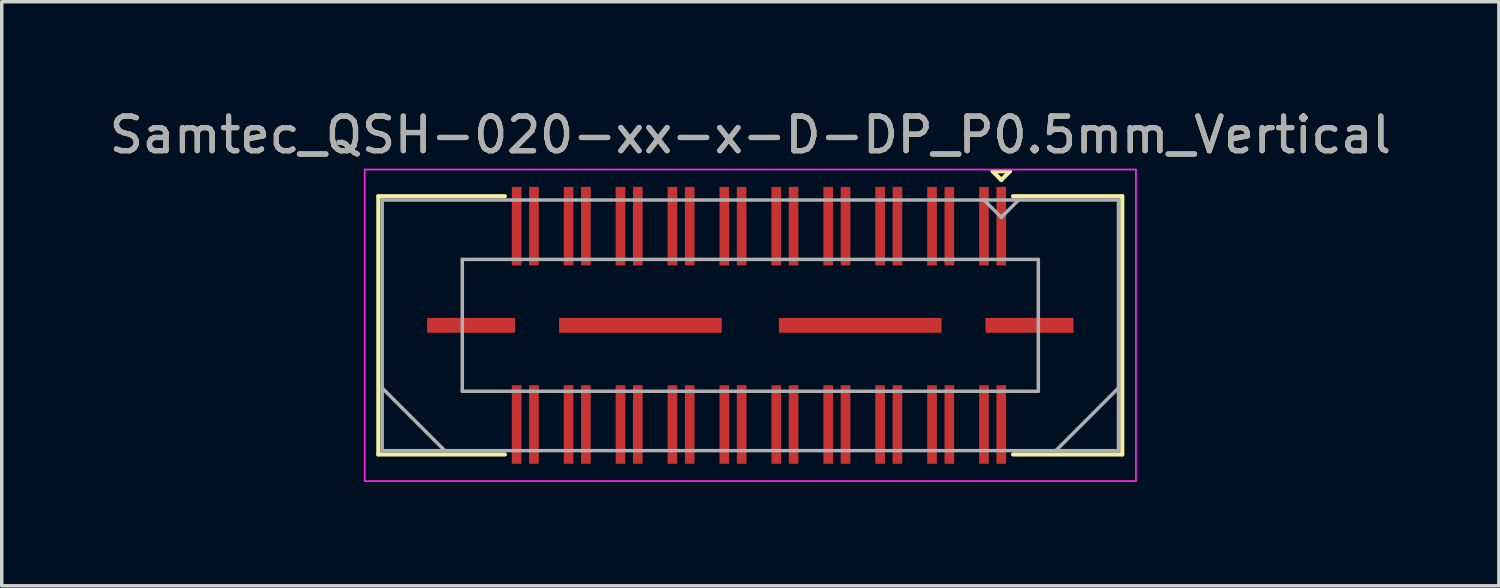
<source format=kicad_pcb>
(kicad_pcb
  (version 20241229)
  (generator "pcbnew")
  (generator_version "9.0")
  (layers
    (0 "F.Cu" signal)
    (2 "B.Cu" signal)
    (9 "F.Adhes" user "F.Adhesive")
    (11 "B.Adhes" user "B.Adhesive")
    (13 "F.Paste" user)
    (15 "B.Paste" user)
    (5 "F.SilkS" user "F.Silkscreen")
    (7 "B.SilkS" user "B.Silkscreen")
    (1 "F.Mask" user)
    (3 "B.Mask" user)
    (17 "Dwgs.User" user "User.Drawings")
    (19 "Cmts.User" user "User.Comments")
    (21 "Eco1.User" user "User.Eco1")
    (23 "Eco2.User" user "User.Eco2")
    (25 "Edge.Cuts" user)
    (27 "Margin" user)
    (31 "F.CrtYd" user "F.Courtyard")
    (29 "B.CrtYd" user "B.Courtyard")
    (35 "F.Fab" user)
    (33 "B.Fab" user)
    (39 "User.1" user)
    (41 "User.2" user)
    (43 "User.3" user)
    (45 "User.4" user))
  (footprint "Samtec_QSH-020-xx-x-D-DP_P0.5mm_Vertical"
    (layer "F.Cu")
    (at 18.625 6.348)
    (property "Reference" "Samtec_QSH-020-xx-x-D-DP_P0.5mm_Vertical" (at 0 -5.5 0) (layer "F.SilkS") (effects (font (size 1 1) (thickness 0.15))))
    (attr smd)
    (fp_line (start -10.745 -3.73) (end -7.09 -3.73) (stroke (width 0.12) (type solid)) (layer "F.SilkS"))
    (fp_line (start -10.745 3.73) (end -10.745 -3.73) (stroke (width 0.12) (type solid)) (layer "F.SilkS"))
    (fp_line (start -7.09 3.73) (end -10.745 3.73) (stroke (width 0.12) (type solid)) (layer "F.SilkS"))
    (fp_line (start 7 -4.45) (end 7.5 -4.45) (stroke (width 0.12) (type solid)) (layer "F.SilkS"))
    (fp_line (start 7.25 -4.2) (end 7 -4.45) (stroke (width 0.12) (type solid)) (layer "F.SilkS"))
    (fp_line (start 7.5 -4.45) (end 7.25 -4.2) (stroke (width 0.12) (type solid)) (layer "F.SilkS"))
    (fp_line (start 7.59 3.73) (end 10.745 3.73) (stroke (width 0.12) (type solid)) (layer "F.SilkS"))
    (fp_line (start 10.745 -3.73) (end 7.59 -3.73) (stroke (width 0.12) (type solid)) (layer "F.SilkS"))
    (fp_line (start 10.745 3.73) (end 10.745 -3.73) (stroke (width 0.12) (type solid)) (layer "F.SilkS"))
    (fp_line (start -11.14 -4.5) (end -11.14 4.5) (stroke (width 0.05) (type solid)) (layer "F.CrtYd"))
    (fp_line (start -11.14 4.5) (end 11.14 4.5) (stroke (width 0.05) (type solid)) (layer "F.CrtYd"))
    (fp_line (start 11.14 -4.5) (end -11.14 -4.5) (stroke (width 0.05) (type solid)) (layer "F.CrtYd"))
    (fp_line (start 11.14 4.5) (end 11.14 -4.5) (stroke (width 0.05) (type solid)) (layer "F.CrtYd"))
    (fp_line (start -10.635 -3.62) (end -10.635 3.62) (stroke (width 0.1) (type solid)) (layer "F.Fab"))
    (fp_line (start -10.635 1.81) (end -8.825 3.62) (stroke (width 0.1) (type solid)) (layer "F.Fab"))
    (fp_line (start -10.635 3.62) (end 10.635 3.62) (stroke (width 0.1) (type solid)) (layer "F.Fab"))
    (fp_line (start -8.32 -1.905) (end -8.32 1.905) (stroke (width 0.1) (type solid)) (layer "F.Fab"))
    (fp_line (start -8.32 1.905) (end 8.32 1.905) (stroke (width 0.1) (type solid)) (layer "F.Fab"))
    (fp_line (start 7.25 -3.12) (end 6.75 -3.62) (stroke (width 0.1) (type solid)) (layer "F.Fab"))
    (fp_line (start 7.75 -3.62) (end 7.25 -3.12) (stroke (width 0.1) (type solid)) (layer "F.Fab"))
    (fp_line (start 8.32 -1.905) (end -8.32 -1.905) (stroke (width 0.1) (type solid)) (layer "F.Fab"))
    (fp_line (start 8.32 1.905) (end 8.32 -1.905) (stroke (width 0.1) (type solid)) (layer "F.Fab"))
    (fp_line (start 10.635 -3.62) (end -10.635 -3.62) (stroke (width 0.1) (type solid)) (layer "F.Fab"))
    (fp_line (start 10.635 1.81) (end 8.825 3.62) (stroke (width 0.1) (type solid)) (layer "F.Fab"))
    (fp_line (start 10.635 3.62) (end 10.635 -3.62) (stroke (width 0.1) (type solid)) (layer "F.Fab"))
    (fp_text user "${REFERENCE}" (at 0 -5.5 0) (layer "F.Fab") (effects (font (size 1 1) (thickness 0.15))))
    (pad "1" smd rect (at 7.25 -2.865) (size 0.279 2.27) (layers "F.Cu" "F.Mask" "F.Paste"))
    (pad "2" smd rect (at 7.25 2.865) (size 0.279 2.27) (layers "F.Cu" "F.Mask" "F.Paste"))
    (pad "3" smd rect (at 6.75 -2.865) (size 0.279 2.27) (layers "F.Cu" "F.Mask" "F.Paste"))
    (pad "4" smd rect (at 6.75 2.865) (size 0.279 2.27) (layers "F.Cu" "F.Mask" "F.Paste"))
    (pad "5" smd rect (at 5.75 -2.865) (size 0.279 2.27) (layers "F.Cu" "F.Mask" "F.Paste"))
    (pad "6" smd rect (at 5.75 2.865) (size 0.279 2.27) (layers "F.Cu" "F.Mask" "F.Paste"))
    (pad "7" smd rect (at 5.25 -2.865) (size 0.279 2.27) (layers "F.Cu" "F.Mask" "F.Paste"))
    (pad "8" smd rect (at 5.25 2.865) (size 0.279 2.27) (layers "F.Cu" "F.Mask" "F.Paste"))
    (pad "9" smd rect (at 4.25 -2.865) (size 0.279 2.27) (layers "F.Cu" "F.Mask" "F.Paste"))
    (pad "10" smd rect (at 4.25 2.865) (size 0.279 2.27) (layers "F.Cu" "F.Mask" "F.Paste"))
    (pad "11" smd rect (at 3.75 -2.865) (size 0.279 2.27) (layers "F.Cu" "F.Mask" "F.Paste"))
    (pad "12" smd rect (at 3.75 2.865) (size 0.279 2.27) (layers "F.Cu" "F.Mask" "F.Paste"))
    (pad "13" smd rect (at 2.75 -2.865) (size 0.279 2.27) (layers "F.Cu" "F.Mask" "F.Paste"))
    (pad "14" smd rect (at 2.75 2.865) (size 0.279 2.27) (layers "F.Cu" "F.Mask" "F.Paste"))
    (pad "15" smd rect (at 2.25 -2.865) (size 0.279 2.27) (layers "F.Cu" "F.Mask" "F.Paste"))
    (pad "16" smd rect (at 2.25 2.865) (size 0.279 2.27) (layers "F.Cu" "F.Mask" "F.Paste"))
    (pad "17" smd rect (at 1.25 -2.865) (size 0.279 2.27) (layers "F.Cu" "F.Mask" "F.Paste"))
    (pad "18" smd rect (at 1.25 2.865) (size 0.279 2.27) (layers "F.Cu" "F.Mask" "F.Paste"))
    (pad "19" smd rect (at 0.75 -2.865) (size 0.279 2.27) (layers "F.Cu" "F.Mask" "F.Paste"))
    (pad "20" smd rect (at 0.75 2.865) (size 0.279 2.27) (layers "F.Cu" "F.Mask" "F.Paste"))
    (pad "21" smd rect (at -0.25 -2.865) (size 0.279 2.27) (layers "F.Cu" "F.Mask" "F.Paste"))
    (pad "22" smd rect (at -0.25 2.865) (size 0.279 2.27) (layers "F.Cu" "F.Mask" "F.Paste"))
    (pad "23" smd rect (at -0.75 -2.865) (size 0.279 2.27) (layers "F.Cu" "F.Mask" "F.Paste"))
    (pad "24" smd rect (at -0.75 2.865) (size 0.279 2.27) (layers "F.Cu" "F.Mask" "F.Paste"))
    (pad "25" smd rect (at -1.75 -2.865) (size 0.279 2.27) (layers "F.Cu" "F.Mask" "F.Paste"))
    (pad "26" smd rect (at -1.75 2.865) (size 0.279 2.27) (layers "F.Cu" "F.Mask" "F.Paste"))
    (pad "27" smd rect (at -2.25 -2.865) (size 0.279 2.27) (layers "F.Cu" "F.Mask" "F.Paste"))
    (pad "28" smd rect (at -2.25 2.865) (size 0.279 2.27) (layers "F.Cu" "F.Mask" "F.Paste"))
    (pad "29" smd rect (at -3.25 -2.865) (size 0.279 2.27) (layers "F.Cu" "F.Mask" "F.Paste"))
    (pad "30" smd rect (at -3.25 2.865) (size 0.279 2.27) (layers "F.Cu" "F.Mask" "F.Paste"))
    (pad "31" smd rect (at -3.75 -2.865) (size 0.279 2.27) (layers "F.Cu" "F.Mask" "F.Paste"))
    (pad "32" smd rect (at -3.75 2.865) (size 0.279 2.27) (layers "F.Cu" "F.Mask" "F.Paste"))
    (pad "33" smd rect (at -4.75 -2.865) (size 0.279 2.27) (layers "F.Cu" "F.Mask" "F.Paste"))
    (pad "34" smd rect (at -4.75 2.865) (size 0.279 2.27) (layers "F.Cu" "F.Mask" "F.Paste"))
    (pad "35" smd rect (at -5.25 -2.865) (size 0.279 2.27) (layers "F.Cu" "F.Mask" "F.Paste"))
    (pad "36" smd rect (at -5.25 2.865) (size 0.279 2.27) (layers "F.Cu" "F.Mask" "F.Paste"))
    (pad "37" smd rect (at -6.25 -2.865) (size 0.279 2.27) (layers "F.Cu" "F.Mask" "F.Paste"))
    (pad "38" smd rect (at -6.25 2.865) (size 0.279 2.27) (layers "F.Cu" "F.Mask" "F.Paste"))
    (pad "39" smd rect (at -6.75 -2.865) (size 0.279 2.27) (layers "F.Cu" "F.Mask" "F.Paste"))
    (pad "40" smd rect (at -6.75 2.865) (size 0.279 2.27) (layers "F.Cu" "F.Mask" "F.Paste"))
    (pad "P1" smd rect (at -8.065 0) (size 2.54 0.43) (layers "F.Cu" "F.Mask" "F.Paste"))
    (pad "P1" smd rect (at -3.175 0) (size 4.7 0.43) (layers "F.Cu" "F.Mask" "F.Paste"))
    (pad "P1" smd rect (at 3.175 0) (size 4.7 0.43) (layers "F.Cu" "F.Mask" "F.Paste"))
    (pad "P1" smd rect (at 8.065 0) (size 2.54 0.43) (layers "F.Cu" "F.Mask" "F.Paste")))
  (gr_rect
    (start -3 -3)
    (end 40.25 13.873)
    (stroke (width 0.1) (type default))
    (fill no)
    (layer "Edge.Cuts")))
</source>
